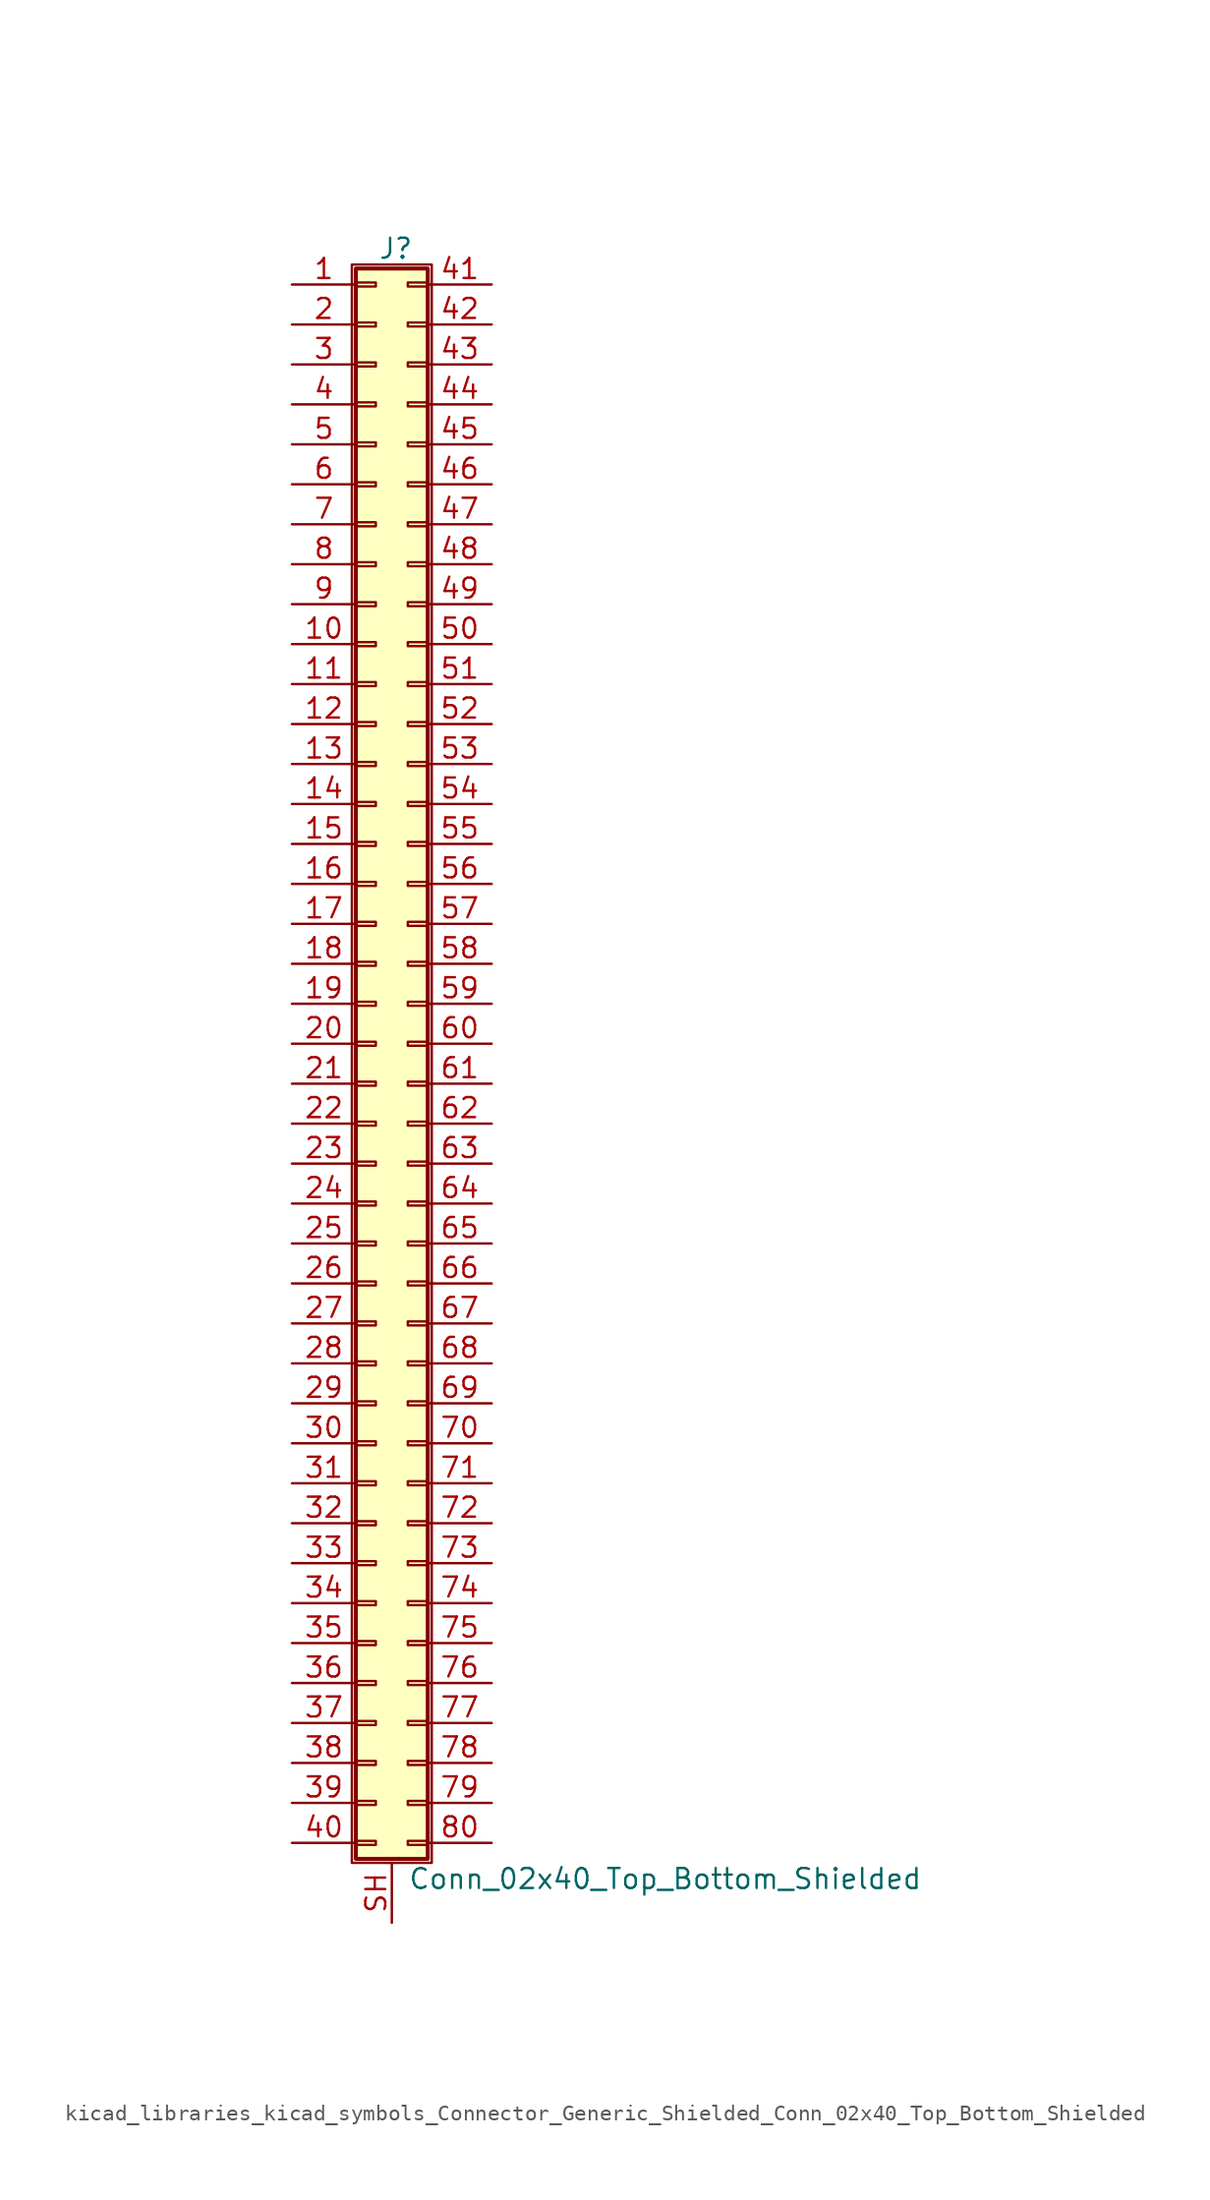
<source format=kicad_sym>
(kicad_symbol_lib
  (version 20220914)
  (generator kicad_symbol_editor)
  (symbol "kicad_libraries_kicad_symbols_Connector_Generic_Shielded_Conn_02x40_Top_Bottom_Shielded"
    (pin_names
      (offset 1.016) hide)
    (property "Reference" "J"
      (at 1.524 50.546 0)
      (effects (font (size 1.27 1.27))))
    (property "Value" "Conn_02x40_Top_Bottom_Shielded"
      (at 2.286 -53.086 0)
      (effects (font (size 1.27 1.27)) (justify left)))
    (symbol "kicad_libraries_kicad_symbols_Connector_Generic_Shielded_Conn_02x40_Top_Bottom_Shielded_1_1"
      (rectangle (start -1.27 49.53) (end 3.81 -52.07) (stroke (width 0.152) (type default)) (fill (type none)))
      (rectangle (start -1.016 -50.673) (end 0.254 -50.927) (stroke (width 0.152) (type default)) (fill (type none)))
      (rectangle (start -1.016 -48.133) (end 0.254 -48.387) (stroke (width 0.152) (type default)) (fill (type none)))
      (rectangle (start -1.016 -45.593) (end 0.254 -45.847) (stroke (width 0.152) (type default)) (fill (type none)))
      (rectangle (start -1.016 -43.053) (end 0.254 -43.307) (stroke (width 0.152) (type default)) (fill (type none)))
      (rectangle (start -1.016 -40.513) (end 0.254 -40.767) (stroke (width 0.152) (type default)) (fill (type none)))
      (rectangle (start -1.016 -37.973) (end 0.254 -38.227) (stroke (width 0.152) (type default)) (fill (type none)))
      (rectangle (start -1.016 -35.433) (end 0.254 -35.687) (stroke (width 0.152) (type default)) (fill (type none)))
      (rectangle (start -1.016 -32.893) (end 0.254 -33.147) (stroke (width 0.152) (type default)) (fill (type none)))
      (rectangle (start -1.016 -30.353) (end 0.254 -30.607) (stroke (width 0.152) (type default)) (fill (type none)))
      (rectangle (start -1.016 -27.813) (end 0.254 -28.067) (stroke (width 0.152) (type default)) (fill (type none)))
      (rectangle (start -1.016 -25.273) (end 0.254 -25.527) (stroke (width 0.152) (type default)) (fill (type none)))
      (rectangle (start -1.016 -22.733) (end 0.254 -22.987) (stroke (width 0.152) (type default)) (fill (type none)))
      (rectangle (start -1.016 -20.193) (end 0.254 -20.447) (stroke (width 0.152) (type default)) (fill (type none)))
      (rectangle (start -1.016 -17.653) (end 0.254 -17.907) (stroke (width 0.152) (type default)) (fill (type none)))
      (rectangle (start -1.016 -15.113) (end 0.254 -15.367) (stroke (width 0.152) (type default)) (fill (type none)))
      (rectangle (start -1.016 -12.573) (end 0.254 -12.827) (stroke (width 0.152) (type default)) (fill (type none)))
      (rectangle (start -1.016 -10.033) (end 0.254 -10.287) (stroke (width 0.152) (type default)) (fill (type none)))
      (rectangle (start -1.016 -7.493) (end 0.254 -7.747) (stroke (width 0.152) (type default)) (fill (type none)))
      (rectangle (start -1.016 -4.953) (end 0.254 -5.207) (stroke (width 0.152) (type default)) (fill (type none)))
      (rectangle (start -1.016 -2.413) (end 0.254 -2.667) (stroke (width 0.152) (type default)) (fill (type none)))
      (rectangle (start -1.016 0.127) (end 0.254 -0.127) (stroke (width 0.152) (type default)) (fill (type none)))
      (rectangle (start -1.016 2.667) (end 0.254 2.413) (stroke (width 0.152) (type default)) (fill (type none)))
      (rectangle (start -1.016 5.207) (end 0.254 4.953) (stroke (width 0.152) (type default)) (fill (type none)))
      (rectangle (start -1.016 7.747) (end 0.254 7.493) (stroke (width 0.152) (type default)) (fill (type none)))
      (rectangle (start -1.016 10.287) (end 0.254 10.033) (stroke (width 0.152) (type default)) (fill (type none)))
      (rectangle (start -1.016 12.827) (end 0.254 12.573) (stroke (width 0.152) (type default)) (fill (type none)))
      (rectangle (start -1.016 15.367) (end 0.254 15.113) (stroke (width 0.152) (type default)) (fill (type none)))
      (rectangle (start -1.016 17.907) (end 0.254 17.653) (stroke (width 0.152) (type default)) (fill (type none)))
      (rectangle (start -1.016 20.447) (end 0.254 20.193) (stroke (width 0.152) (type default)) (fill (type none)))
      (rectangle (start -1.016 22.987) (end 0.254 22.733) (stroke (width 0.152) (type default)) (fill (type none)))
      (rectangle (start -1.016 25.527) (end 0.254 25.273) (stroke (width 0.152) (type default)) (fill (type none)))
      (rectangle (start -1.016 28.067) (end 0.254 27.813) (stroke (width 0.152) (type default)) (fill (type none)))
      (rectangle (start -1.016 30.607) (end 0.254 30.353) (stroke (width 0.152) (type default)) (fill (type none)))
      (rectangle (start -1.016 33.147) (end 0.254 32.893) (stroke (width 0.152) (type default)) (fill (type none)))
      (rectangle (start -1.016 35.687) (end 0.254 35.433) (stroke (width 0.152) (type default)) (fill (type none)))
      (rectangle (start -1.016 38.227) (end 0.254 37.973) (stroke (width 0.152) (type default)) (fill (type none)))
      (rectangle (start -1.016 40.767) (end 0.254 40.513) (stroke (width 0.152) (type default)) (fill (type none)))
      (rectangle (start -1.016 43.307) (end 0.254 43.053) (stroke (width 0.152) (type default)) (fill (type none)))
      (rectangle (start -1.016 45.847) (end 0.254 45.593) (stroke (width 0.152) (type default)) (fill (type none)))
      (rectangle (start -1.016 48.387) (end 0.254 48.133) (stroke (width 0.152) (type default)) (fill (type none)))
      (rectangle (start -1.016 49.276) (end 3.556 -51.816) (stroke (width 0.254) (type default)) (fill (type background)))
      (rectangle (start 3.556 -50.673) (end 2.286 -50.927) (stroke (width 0.152) (type default)) (fill (type none)))
      (rectangle (start 3.556 -48.133) (end 2.286 -48.387) (stroke (width 0.152) (type default)) (fill (type none)))
      (rectangle (start 3.556 -45.593) (end 2.286 -45.847) (stroke (width 0.152) (type default)) (fill (type none)))
      (rectangle (start 3.556 -43.053) (end 2.286 -43.307) (stroke (width 0.152) (type default)) (fill (type none)))
      (rectangle (start 3.556 -40.513) (end 2.286 -40.767) (stroke (width 0.152) (type default)) (fill (type none)))
      (rectangle (start 3.556 -37.973) (end 2.286 -38.227) (stroke (width 0.152) (type default)) (fill (type none)))
      (rectangle (start 3.556 -35.433) (end 2.286 -35.687) (stroke (width 0.152) (type default)) (fill (type none)))
      (rectangle (start 3.556 -32.893) (end 2.286 -33.147) (stroke (width 0.152) (type default)) (fill (type none)))
      (rectangle (start 3.556 -30.353) (end 2.286 -30.607) (stroke (width 0.152) (type default)) (fill (type none)))
      (rectangle (start 3.556 -27.813) (end 2.286 -28.067) (stroke (width 0.152) (type default)) (fill (type none)))
      (rectangle (start 3.556 -25.273) (end 2.286 -25.527) (stroke (width 0.152) (type default)) (fill (type none)))
      (rectangle (start 3.556 -22.733) (end 2.286 -22.987) (stroke (width 0.152) (type default)) (fill (type none)))
      (rectangle (start 3.556 -20.193) (end 2.286 -20.447) (stroke (width 0.152) (type default)) (fill (type none)))
      (rectangle (start 3.556 -17.653) (end 2.286 -17.907) (stroke (width 0.152) (type default)) (fill (type none)))
      (rectangle (start 3.556 -15.113) (end 2.286 -15.367) (stroke (width 0.152) (type default)) (fill (type none)))
      (rectangle (start 3.556 -12.573) (end 2.286 -12.827) (stroke (width 0.152) (type default)) (fill (type none)))
      (rectangle (start 3.556 -10.033) (end 2.286 -10.287) (stroke (width 0.152) (type default)) (fill (type none)))
      (rectangle (start 3.556 -7.493) (end 2.286 -7.747) (stroke (width 0.152) (type default)) (fill (type none)))
      (rectangle (start 3.556 -4.953) (end 2.286 -5.207) (stroke (width 0.152) (type default)) (fill (type none)))
      (rectangle (start 3.556 -2.413) (end 2.286 -2.667) (stroke (width 0.152) (type default)) (fill (type none)))
      (rectangle (start 3.556 0.127) (end 2.286 -0.127) (stroke (width 0.152) (type default)) (fill (type none)))
      (rectangle (start 3.556 2.667) (end 2.286 2.413) (stroke (width 0.152) (type default)) (fill (type none)))
      (rectangle (start 3.556 5.207) (end 2.286 4.953) (stroke (width 0.152) (type default)) (fill (type none)))
      (rectangle (start 3.556 7.747) (end 2.286 7.493) (stroke (width 0.152) (type default)) (fill (type none)))
      (rectangle (start 3.556 10.287) (end 2.286 10.033) (stroke (width 0.152) (type default)) (fill (type none)))
      (rectangle (start 3.556 12.827) (end 2.286 12.573) (stroke (width 0.152) (type default)) (fill (type none)))
      (rectangle (start 3.556 15.367) (end 2.286 15.113) (stroke (width 0.152) (type default)) (fill (type none)))
      (rectangle (start 3.556 17.907) (end 2.286 17.653) (stroke (width 0.152) (type default)) (fill (type none)))
      (rectangle (start 3.556 20.447) (end 2.286 20.193) (stroke (width 0.152) (type default)) (fill (type none)))
      (rectangle (start 3.556 22.987) (end 2.286 22.733) (stroke (width 0.152) (type default)) (fill (type none)))
      (rectangle (start 3.556 25.527) (end 2.286 25.273) (stroke (width 0.152) (type default)) (fill (type none)))
      (rectangle (start 3.556 28.067) (end 2.286 27.813) (stroke (width 0.152) (type default)) (fill (type none)))
      (rectangle (start 3.556 30.607) (end 2.286 30.353) (stroke (width 0.152) (type default)) (fill (type none)))
      (rectangle (start 3.556 33.147) (end 2.286 32.893) (stroke (width 0.152) (type default)) (fill (type none)))
      (rectangle (start 3.556 35.687) (end 2.286 35.433) (stroke (width 0.152) (type default)) (fill (type none)))
      (rectangle (start 3.556 38.227) (end 2.286 37.973) (stroke (width 0.152) (type default)) (fill (type none)))
      (rectangle (start 3.556 40.767) (end 2.286 40.513) (stroke (width 0.152) (type default)) (fill (type none)))
      (rectangle (start 3.556 43.307) (end 2.286 43.053) (stroke (width 0.152) (type default)) (fill (type none)))
      (rectangle (start 3.556 45.847) (end 2.286 45.593) (stroke (width 0.152) (type default)) (fill (type none)))
      (rectangle (start 3.556 48.387) (end 2.286 48.133) (stroke (width 0.152) (type default)) (fill (type none)))
      (pin passive line (at -5.08 48.26 0) (length 4.064) (name "Pin_1" (effects (font (size 1.27 1.27)))) (number "1" (effects (font (size 1.27 1.27)))))
      (pin passive line (at -5.08 25.4 0) (length 4.064) (name "Pin_10" (effects (font (size 1.27 1.27)))) (number "10" (effects (font (size 1.27 1.27)))))
      (pin passive line (at -5.08 22.86 0) (length 4.064) (name "Pin_11" (effects (font (size 1.27 1.27)))) (number "11" (effects (font (size 1.27 1.27)))))
      (pin passive line (at -5.08 20.32 0) (length 4.064) (name "Pin_12" (effects (font (size 1.27 1.27)))) (number "12" (effects (font (size 1.27 1.27)))))
      (pin passive line (at -5.08 17.78 0) (length 4.064) (name "Pin_13" (effects (font (size 1.27 1.27)))) (number "13" (effects (font (size 1.27 1.27)))))
      (pin passive line (at -5.08 15.24 0) (length 4.064) (name "Pin_14" (effects (font (size 1.27 1.27)))) (number "14" (effects (font (size 1.27 1.27)))))
      (pin passive line (at -5.08 12.7 0) (length 4.064) (name "Pin_15" (effects (font (size 1.27 1.27)))) (number "15" (effects (font (size 1.27 1.27)))))
      (pin passive line (at -5.08 10.16 0) (length 4.064) (name "Pin_16" (effects (font (size 1.27 1.27)))) (number "16" (effects (font (size 1.27 1.27)))))
      (pin passive line (at -5.08 7.62 0) (length 4.064) (name "Pin_17" (effects (font (size 1.27 1.27)))) (number "17" (effects (font (size 1.27 1.27)))))
      (pin passive line (at -5.08 5.08 0) (length 4.064) (name "Pin_18" (effects (font (size 1.27 1.27)))) (number "18" (effects (font (size 1.27 1.27)))))
      (pin passive line (at -5.08 2.54 0) (length 4.064) (name "Pin_19" (effects (font (size 1.27 1.27)))) (number "19" (effects (font (size 1.27 1.27)))))
      (pin passive line (at -5.08 45.72 0) (length 4.064) (name "Pin_2" (effects (font (size 1.27 1.27)))) (number "2" (effects (font (size 1.27 1.27)))))
      (pin passive line (at -5.08 0 0) (length 4.064) (name "Pin_20" (effects (font (size 1.27 1.27)))) (number "20" (effects (font (size 1.27 1.27)))))
      (pin passive line (at -5.08 -2.54 0) (length 4.064) (name "Pin_21" (effects (font (size 1.27 1.27)))) (number "21" (effects (font (size 1.27 1.27)))))
      (pin passive line (at -5.08 -5.08 0) (length 4.064) (name "Pin_22" (effects (font (size 1.27 1.27)))) (number "22" (effects (font (size 1.27 1.27)))))
      (pin passive line (at -5.08 -7.62 0) (length 4.064) (name "Pin_23" (effects (font (size 1.27 1.27)))) (number "23" (effects (font (size 1.27 1.27)))))
      (pin passive line (at -5.08 -10.16 0) (length 4.064) (name "Pin_24" (effects (font (size 1.27 1.27)))) (number "24" (effects (font (size 1.27 1.27)))))
      (pin passive line (at -5.08 -12.7 0) (length 4.064) (name "Pin_25" (effects (font (size 1.27 1.27)))) (number "25" (effects (font (size 1.27 1.27)))))
      (pin passive line (at -5.08 -15.24 0) (length 4.064) (name "Pin_26" (effects (font (size 1.27 1.27)))) (number "26" (effects (font (size 1.27 1.27)))))
      (pin passive line (at -5.08 -17.78 0) (length 4.064) (name "Pin_27" (effects (font (size 1.27 1.27)))) (number "27" (effects (font (size 1.27 1.27)))))
      (pin passive line (at -5.08 -20.32 0) (length 4.064) (name "Pin_28" (effects (font (size 1.27 1.27)))) (number "28" (effects (font (size 1.27 1.27)))))
      (pin passive line (at -5.08 -22.86 0) (length 4.064) (name "Pin_29" (effects (font (size 1.27 1.27)))) (number "29" (effects (font (size 1.27 1.27)))))
      (pin passive line (at -5.08 43.18 0) (length 4.064) (name "Pin_3" (effects (font (size 1.27 1.27)))) (number "3" (effects (font (size 1.27 1.27)))))
      (pin passive line (at -5.08 -25.4 0) (length 4.064) (name "Pin_30" (effects (font (size 1.27 1.27)))) (number "30" (effects (font (size 1.27 1.27)))))
      (pin passive line (at -5.08 -27.94 0) (length 4.064) (name "Pin_31" (effects (font (size 1.27 1.27)))) (number "31" (effects (font (size 1.27 1.27)))))
      (pin passive line (at -5.08 -30.48 0) (length 4.064) (name "Pin_32" (effects (font (size 1.27 1.27)))) (number "32" (effects (font (size 1.27 1.27)))))
      (pin passive line (at -5.08 -33.02 0) (length 4.064) (name "Pin_33" (effects (font (size 1.27 1.27)))) (number "33" (effects (font (size 1.27 1.27)))))
      (pin passive line (at -5.08 -35.56 0) (length 4.064) (name "Pin_34" (effects (font (size 1.27 1.27)))) (number "34" (effects (font (size 1.27 1.27)))))
      (pin passive line (at -5.08 -38.1 0) (length 4.064) (name "Pin_35" (effects (font (size 1.27 1.27)))) (number "35" (effects (font (size 1.27 1.27)))))
      (pin passive line (at -5.08 -40.64 0) (length 4.064) (name "Pin_36" (effects (font (size 1.27 1.27)))) (number "36" (effects (font (size 1.27 1.27)))))
      (pin passive line (at -5.08 -43.18 0) (length 4.064) (name "Pin_37" (effects (font (size 1.27 1.27)))) (number "37" (effects (font (size 1.27 1.27)))))
      (pin passive line (at -5.08 -45.72 0) (length 4.064) (name "Pin_38" (effects (font (size 1.27 1.27)))) (number "38" (effects (font (size 1.27 1.27)))))
      (pin passive line (at -5.08 -48.26 0) (length 4.064) (name "Pin_39" (effects (font (size 1.27 1.27)))) (number "39" (effects (font (size 1.27 1.27)))))
      (pin passive line (at -5.08 40.64 0) (length 4.064) (name "Pin_4" (effects (font (size 1.27 1.27)))) (number "4" (effects (font (size 1.27 1.27)))))
      (pin passive line (at -5.08 -50.8 0) (length 4.064) (name "Pin_40" (effects (font (size 1.27 1.27)))) (number "40" (effects (font (size 1.27 1.27)))))
      (pin passive line (at 7.62 48.26 180) (length 4.064) (name "Pin_41" (effects (font (size 1.27 1.27)))) (number "41" (effects (font (size 1.27 1.27)))))
      (pin passive line (at 7.62 45.72 180) (length 4.064) (name "Pin_42" (effects (font (size 1.27 1.27)))) (number "42" (effects (font (size 1.27 1.27)))))
      (pin passive line (at 7.62 43.18 180) (length 4.064) (name "Pin_43" (effects (font (size 1.27 1.27)))) (number "43" (effects (font (size 1.27 1.27)))))
      (pin passive line (at 7.62 40.64 180) (length 4.064) (name "Pin_44" (effects (font (size 1.27 1.27)))) (number "44" (effects (font (size 1.27 1.27)))))
      (pin passive line (at 7.62 38.1 180) (length 4.064) (name "Pin_45" (effects (font (size 1.27 1.27)))) (number "45" (effects (font (size 1.27 1.27)))))
      (pin passive line (at 7.62 35.56 180) (length 4.064) (name "Pin_46" (effects (font (size 1.27 1.27)))) (number "46" (effects (font (size 1.27 1.27)))))
      (pin passive line (at 7.62 33.02 180) (length 4.064) (name "Pin_47" (effects (font (size 1.27 1.27)))) (number "47" (effects (font (size 1.27 1.27)))))
      (pin passive line (at 7.62 30.48 180) (length 4.064) (name "Pin_48" (effects (font (size 1.27 1.27)))) (number "48" (effects (font (size 1.27 1.27)))))
      (pin passive line (at 7.62 27.94 180) (length 4.064) (name "Pin_49" (effects (font (size 1.27 1.27)))) (number "49" (effects (font (size 1.27 1.27)))))
      (pin passive line (at -5.08 38.1 0) (length 4.064) (name "Pin_5" (effects (font (size 1.27 1.27)))) (number "5" (effects (font (size 1.27 1.27)))))
      (pin passive line (at 7.62 25.4 180) (length 4.064) (name "Pin_50" (effects (font (size 1.27 1.27)))) (number "50" (effects (font (size 1.27 1.27)))))
      (pin passive line (at 7.62 22.86 180) (length 4.064) (name "Pin_51" (effects (font (size 1.27 1.27)))) (number "51" (effects (font (size 1.27 1.27)))))
      (pin passive line (at 7.62 20.32 180) (length 4.064) (name "Pin_52" (effects (font (size 1.27 1.27)))) (number "52" (effects (font (size 1.27 1.27)))))
      (pin passive line (at 7.62 17.78 180) (length 4.064) (name "Pin_53" (effects (font (size 1.27 1.27)))) (number "53" (effects (font (size 1.27 1.27)))))
      (pin passive line (at 7.62 15.24 180) (length 4.064) (name "Pin_54" (effects (font (size 1.27 1.27)))) (number "54" (effects (font (size 1.27 1.27)))))
      (pin passive line (at 7.62 12.7 180) (length 4.064) (name "Pin_55" (effects (font (size 1.27 1.27)))) (number "55" (effects (font (size 1.27 1.27)))))
      (pin passive line (at 7.62 10.16 180) (length 4.064) (name "Pin_56" (effects (font (size 1.27 1.27)))) (number "56" (effects (font (size 1.27 1.27)))))
      (pin passive line (at 7.62 7.62 180) (length 4.064) (name "Pin_57" (effects (font (size 1.27 1.27)))) (number "57" (effects (font (size 1.27 1.27)))))
      (pin passive line (at 7.62 5.08 180) (length 4.064) (name "Pin_58" (effects (font (size 1.27 1.27)))) (number "58" (effects (font (size 1.27 1.27)))))
      (pin passive line (at 7.62 2.54 180) (length 4.064) (name "Pin_59" (effects (font (size 1.27 1.27)))) (number "59" (effects (font (size 1.27 1.27)))))
      (pin passive line (at -5.08 35.56 0) (length 4.064) (name "Pin_6" (effects (font (size 1.27 1.27)))) (number "6" (effects (font (size 1.27 1.27)))))
      (pin passive line (at 7.62 0 180) (length 4.064) (name "Pin_60" (effects (font (size 1.27 1.27)))) (number "60" (effects (font (size 1.27 1.27)))))
      (pin passive line (at 7.62 -2.54 180) (length 4.064) (name "Pin_61" (effects (font (size 1.27 1.27)))) (number "61" (effects (font (size 1.27 1.27)))))
      (pin passive line (at 7.62 -5.08 180) (length 4.064) (name "Pin_62" (effects (font (size 1.27 1.27)))) (number "62" (effects (font (size 1.27 1.27)))))
      (pin passive line (at 7.62 -7.62 180) (length 4.064) (name "Pin_63" (effects (font (size 1.27 1.27)))) (number "63" (effects (font (size 1.27 1.27)))))
      (pin passive line (at 7.62 -10.16 180) (length 4.064) (name "Pin_64" (effects (font (size 1.27 1.27)))) (number "64" (effects (font (size 1.27 1.27)))))
      (pin passive line (at 7.62 -12.7 180) (length 4.064) (name "Pin_65" (effects (font (size 1.27 1.27)))) (number "65" (effects (font (size 1.27 1.27)))))
      (pin passive line (at 7.62 -15.24 180) (length 4.064) (name "Pin_66" (effects (font (size 1.27 1.27)))) (number "66" (effects (font (size 1.27 1.27)))))
      (pin passive line (at 7.62 -17.78 180) (length 4.064) (name "Pin_67" (effects (font (size 1.27 1.27)))) (number "67" (effects (font (size 1.27 1.27)))))
      (pin passive line (at 7.62 -20.32 180) (length 4.064) (name "Pin_68" (effects (font (size 1.27 1.27)))) (number "68" (effects (font (size 1.27 1.27)))))
      (pin passive line (at 7.62 -22.86 180) (length 4.064) (name "Pin_69" (effects (font (size 1.27 1.27)))) (number "69" (effects (font (size 1.27 1.27)))))
      (pin passive line (at -5.08 33.02 0) (length 4.064) (name "Pin_7" (effects (font (size 1.27 1.27)))) (number "7" (effects (font (size 1.27 1.27)))))
      (pin passive line (at 7.62 -25.4 180) (length 4.064) (name "Pin_70" (effects (font (size 1.27 1.27)))) (number "70" (effects (font (size 1.27 1.27)))))
      (pin passive line (at 7.62 -27.94 180) (length 4.064) (name "Pin_71" (effects (font (size 1.27 1.27)))) (number "71" (effects (font (size 1.27 1.27)))))
      (pin passive line (at 7.62 -30.48 180) (length 4.064) (name "Pin_72" (effects (font (size 1.27 1.27)))) (number "72" (effects (font (size 1.27 1.27)))))
      (pin passive line (at 7.62 -33.02 180) (length 4.064) (name "Pin_73" (effects (font (size 1.27 1.27)))) (number "73" (effects (font (size 1.27 1.27)))))
      (pin passive line (at 7.62 -35.56 180) (length 4.064) (name "Pin_74" (effects (font (size 1.27 1.27)))) (number "74" (effects (font (size 1.27 1.27)))))
      (pin passive line (at 7.62 -38.1 180) (length 4.064) (name "Pin_75" (effects (font (size 1.27 1.27)))) (number "75" (effects (font (size 1.27 1.27)))))
      (pin passive line (at 7.62 -40.64 180) (length 4.064) (name "Pin_76" (effects (font (size 1.27 1.27)))) (number "76" (effects (font (size 1.27 1.27)))))
      (pin passive line (at 7.62 -43.18 180) (length 4.064) (name "Pin_77" (effects (font (size 1.27 1.27)))) (number "77" (effects (font (size 1.27 1.27)))))
      (pin passive line (at 7.62 -45.72 180) (length 4.064) (name "Pin_78" (effects (font (size 1.27 1.27)))) (number "78" (effects (font (size 1.27 1.27)))))
      (pin passive line (at 7.62 -48.26 180) (length 4.064) (name "Pin_79" (effects (font (size 1.27 1.27)))) (number "79" (effects (font (size 1.27 1.27)))))
      (pin passive line (at -5.08 30.48 0) (length 4.064) (name "Pin_8" (effects (font (size 1.27 1.27)))) (number "8" (effects (font (size 1.27 1.27)))))
      (pin passive line (at 7.62 -50.8 180) (length 4.064) (name "Pin_80" (effects (font (size 1.27 1.27)))) (number "80" (effects (font (size 1.27 1.27)))))
      (pin passive line (at -5.08 27.94 0) (length 4.064) (name "Pin_9" (effects (font (size 1.27 1.27)))) (number "9" (effects (font (size 1.27 1.27)))))
      (pin passive line (at 1.27 -55.88 90) (length 3.81) (name "Shield" (effects (font (size 1.27 1.27)))) (number "SH" (effects (font (size 1.27 1.27))))))))
</source>
